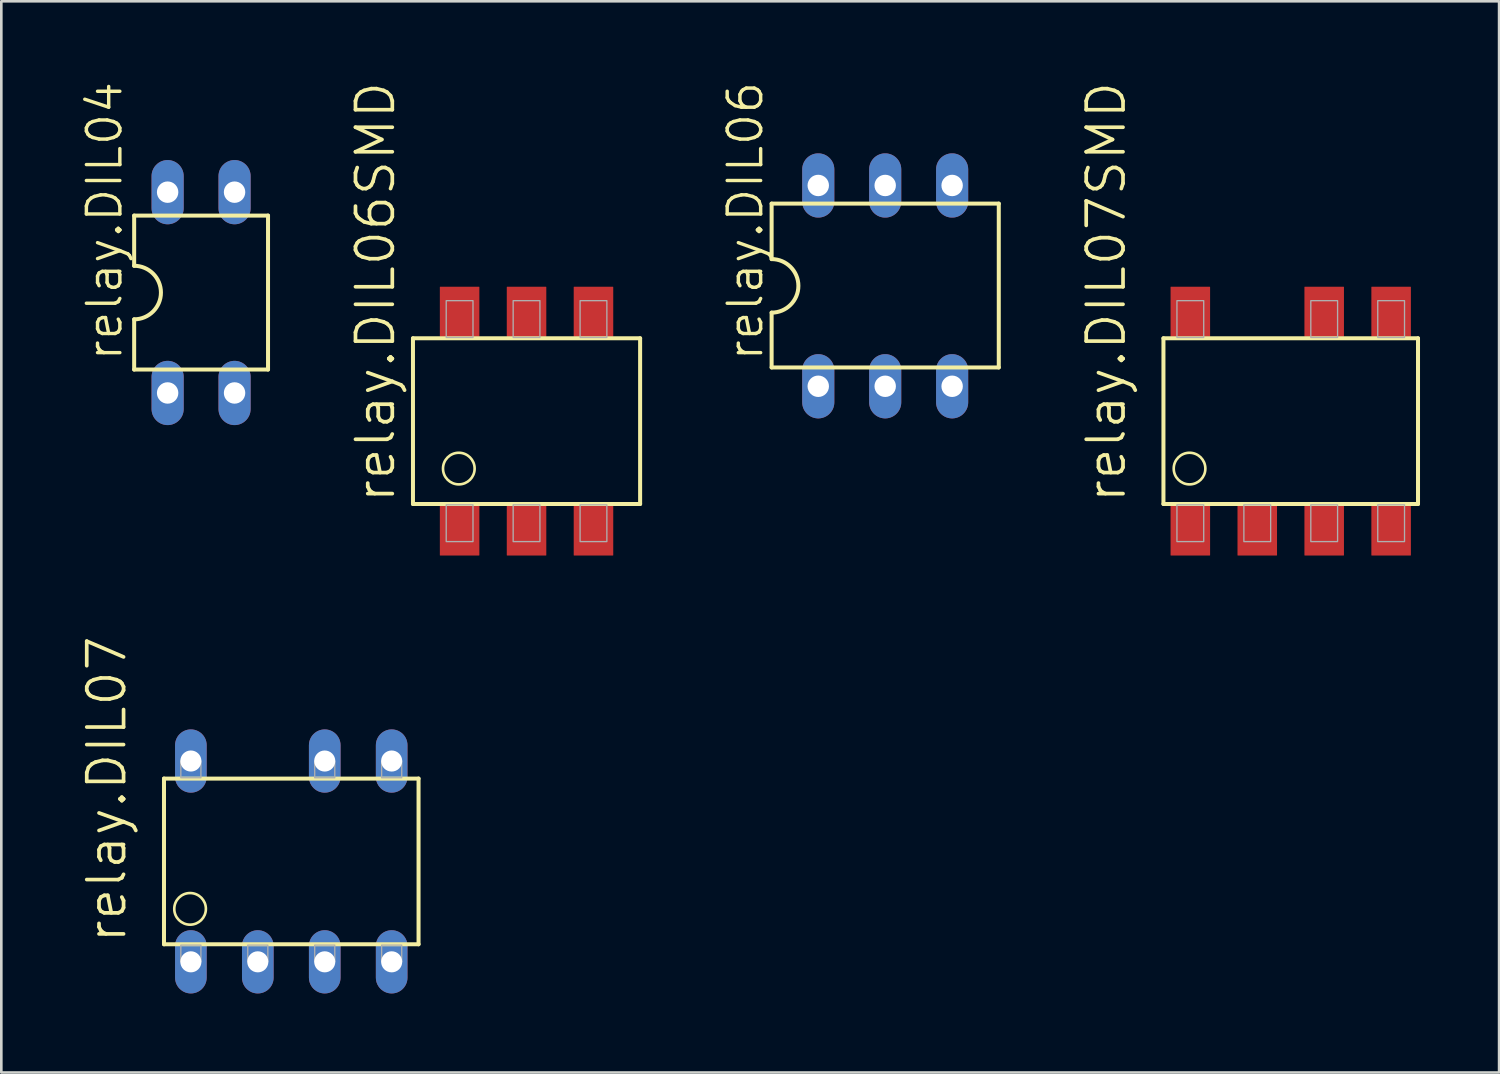
<source format=kicad_pcb>
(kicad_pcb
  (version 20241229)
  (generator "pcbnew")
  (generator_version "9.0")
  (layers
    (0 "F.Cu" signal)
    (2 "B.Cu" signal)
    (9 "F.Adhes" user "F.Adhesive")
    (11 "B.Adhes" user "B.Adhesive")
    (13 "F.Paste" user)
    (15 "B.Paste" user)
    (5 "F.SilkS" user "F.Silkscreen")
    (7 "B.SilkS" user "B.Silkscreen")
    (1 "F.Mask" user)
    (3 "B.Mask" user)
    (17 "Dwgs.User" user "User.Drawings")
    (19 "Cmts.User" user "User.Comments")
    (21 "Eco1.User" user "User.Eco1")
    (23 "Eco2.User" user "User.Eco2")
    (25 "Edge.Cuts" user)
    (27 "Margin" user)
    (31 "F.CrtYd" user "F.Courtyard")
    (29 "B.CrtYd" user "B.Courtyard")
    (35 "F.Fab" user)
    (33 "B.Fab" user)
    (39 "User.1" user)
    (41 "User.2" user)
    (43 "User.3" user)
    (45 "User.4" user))
  (footprint "relay.DIL06"
    (layer "F.Cu")
    (at 30.541 7.798)
    (property "Reference" "relay.DIL06" (at -4.564 2.921 90) (layer "F.SilkS") (effects (font (size 1.27 1.27) (thickness 0.13)) (justify left bottom)))
    (attr through_hole)
    (fp_line (start -4.31 -3.121) (end -4.31 -1.016) (stroke (width 0.152) (type default)) (layer "F.SilkS"))
    (fp_line (start -4.31 3.096) (end -4.31 1.016) (stroke (width 0.152) (type default)) (layer "F.SilkS"))
    (fp_line (start -4.31 3.096) (end 4.31 3.096) (stroke (width 0.152) (type default)) (layer "F.SilkS"))
    (fp_line (start 4.31 -3.121) (end -4.31 -3.121) (stroke (width 0.152) (type default)) (layer "F.SilkS"))
    (fp_line (start 4.31 -3.121) (end 4.31 3.096) (stroke (width 0.152) (type default)) (layer "F.SilkS"))
    (fp_arc (start -4.31 -1.016) (mid -3.294 0) (end -4.31 1.016) (stroke (width 0.1524) (type default)) (layer "F.SilkS"))
    (pad "1" thru_hole oval (at -2.54 3.81 90) (size 2.438 1.219) (drill 0.813) (layers "*.Cu" "*.Mask"))
    (pad "2" thru_hole oval (at 0 3.81 90) (size 2.438 1.219) (drill 0.813) (layers "*.Cu" "*.Mask"))
    (pad "3" thru_hole oval (at 2.54 3.81 90) (size 2.438 1.219) (drill 0.813) (layers "*.Cu" "*.Mask"))
    (pad "4" thru_hole oval (at 2.54 -3.81 90) (size 2.438 1.219) (drill 0.813) (layers "*.Cu" "*.Mask"))
    (pad "5" thru_hole oval (at 0 -3.81 90) (size 2.438 1.219) (drill 0.813) (layers "*.Cu" "*.Mask"))
    (pad "6" thru_hole oval (at -2.54 -3.81 90) (size 2.438 1.219) (drill 0.813) (layers "*.Cu" "*.Mask")))
  (footprint "relay.DIL07SMD"
    (layer "F.Cu")
    (at 45.93 12.931)
    (property "Reference" "relay.DIL07SMD" (at -6.186 3.175 90) (layer "F.SilkS") (effects (font (size 1.397 1.397) (thickness 0.14)) (justify left bottom)))
    (attr smd)
    (fp_line (start -4.83 -3.144) (end -4.83 3.144) (stroke (width 0.152) (type default)) (layer "F.SilkS"))
    (fp_line (start -4.83 3.144) (end 4.83 3.144) (stroke (width 0.152) (type default)) (layer "F.SilkS"))
    (fp_line (start 4.83 -3.144) (end -4.83 -3.144) (stroke (width 0.152) (type default)) (layer "F.SilkS"))
    (fp_line (start 4.83 3.144) (end 4.83 -3.144) (stroke (width 0.152) (type default)) (layer "F.SilkS"))
    (fp_circle (center -3.84 1.8) (end -3.24 1.8) (stroke (width 0.1) (type default)) (fill no) (layer "F.SilkS"))
    (fp_rect (start -4.318 -3.175) (end -3.302 -4.572) (stroke (width 0.05) (type default)) (fill no) (layer "F.Fab"))
    (fp_rect (start -4.318 4.572) (end -3.302 3.175) (stroke (width 0.05) (type default)) (fill no) (layer "F.Fab"))
    (fp_rect (start -1.778 4.572) (end -0.762 3.175) (stroke (width 0.05) (type default)) (fill no) (layer "F.Fab"))
    (fp_rect (start 0.762 -3.175) (end 1.778 -4.572) (stroke (width 0.05) (type default)) (fill no) (layer "F.Fab"))
    (fp_rect (start 0.762 4.572) (end 1.778 3.175) (stroke (width 0.05) (type default)) (fill no) (layer "F.Fab"))
    (fp_rect (start 3.302 -3.175) (end 4.318 -4.572) (stroke (width 0.05) (type default)) (fill no) (layer "F.Fab"))
    (fp_rect (start 3.302 4.572) (end 4.318 3.175) (stroke (width 0.05) (type default)) (fill no) (layer "F.Fab"))
    (pad "1" smd roundrect (at -3.81 4.15) (size 1.5 1.9) (layers "F.Cu" "F.Mask" "F.Paste") (roundrect_rratio 0.01))
    (pad "2" smd roundrect (at -1.27 4.15) (size 1.5 1.9) (layers "F.Cu" "F.Mask" "F.Paste") (roundrect_rratio 0.01))
    (pad "3" smd roundrect (at 1.27 4.15) (size 1.5 1.9) (layers "F.Cu" "F.Mask" "F.Paste") (roundrect_rratio 0.01))
    (pad "4" smd roundrect (at 3.81 4.15) (size 1.5 1.9) (layers "F.Cu" "F.Mask" "F.Paste") (roundrect_rratio 0.01))
    (pad "5" smd roundrect (at 3.81 -4.15) (size 1.5 1.9) (layers "F.Cu" "F.Mask" "F.Paste") (roundrect_rratio 0.01))
    (pad "6" smd roundrect (at 1.27 -4.15) (size 1.5 1.9) (layers "F.Cu" "F.Mask" "F.Paste") (roundrect_rratio 0.01))
    (pad "8" smd roundrect (at -3.81 -4.15) (size 1.5 1.9) (layers "F.Cu" "F.Mask" "F.Paste") (roundrect_rratio 0.01)))
  (footprint "relay.DIL06SMD"
    (layer "F.Cu")
    (at 16.931 12.931)
    (property "Reference" "relay.DIL06SMD" (at -4.916 3.175 90) (layer "F.SilkS") (effects (font (size 1.397 1.397) (thickness 0.14)) (justify left bottom)))
    (attr smd)
    (fp_line (start -4.31 -3.144) (end -4.31 3.144) (stroke (width 0.152) (type default)) (layer "F.SilkS"))
    (fp_line (start -4.31 3.144) (end 4.31 3.144) (stroke (width 0.152) (type default)) (layer "F.SilkS"))
    (fp_line (start 4.31 -3.144) (end -4.31 -3.144) (stroke (width 0.152) (type default)) (layer "F.SilkS"))
    (fp_line (start 4.31 3.144) (end 4.31 -3.144) (stroke (width 0.152) (type default)) (layer "F.SilkS"))
    (fp_circle (center -2.57 1.8) (end -1.97 1.8) (stroke (width 0.1) (type default)) (fill no) (layer "F.SilkS"))
    (fp_rect (start -3.048 -3.175) (end -2.032 -4.572) (stroke (width 0.05) (type default)) (fill no) (layer "F.Fab"))
    (fp_rect (start -3.048 4.572) (end -2.032 3.175) (stroke (width 0.05) (type default)) (fill no) (layer "F.Fab"))
    (fp_rect (start -0.508 -3.175) (end 0.508 -4.572) (stroke (width 0.05) (type default)) (fill no) (layer "F.Fab"))
    (fp_rect (start -0.508 4.572) (end 0.508 3.175) (stroke (width 0.05) (type default)) (fill no) (layer "F.Fab"))
    (fp_rect (start 2.032 -3.175) (end 3.048 -4.572) (stroke (width 0.05) (type default)) (fill no) (layer "F.Fab"))
    (fp_rect (start 2.032 4.572) (end 3.048 3.175) (stroke (width 0.05) (type default)) (fill no) (layer "F.Fab"))
    (pad "1" smd roundrect (at -2.54 4.15) (size 1.5 1.9) (layers "F.Cu" "F.Mask" "F.Paste") (roundrect_rratio 0.01))
    (pad "2" smd roundrect (at 0 4.15) (size 1.5 1.9) (layers "F.Cu" "F.Mask" "F.Paste") (roundrect_rratio 0.01))
    (pad "3" smd roundrect (at 2.54 4.15) (size 1.5 1.9) (layers "F.Cu" "F.Mask" "F.Paste") (roundrect_rratio 0.01))
    (pad "4" smd roundrect (at 2.54 -4.15) (size 1.5 1.9) (layers "F.Cu" "F.Mask" "F.Paste") (roundrect_rratio 0.01))
    (pad "5" smd roundrect (at 0 -4.15) (size 1.5 1.9) (layers "F.Cu" "F.Mask" "F.Paste") (roundrect_rratio 0.01))
    (pad "6" smd roundrect (at -2.54 -4.15) (size 1.5 1.9) (layers "F.Cu" "F.Mask" "F.Paste") (roundrect_rratio 0.01)))
  (footprint "relay.DIL07"
    (layer "F.Cu")
    (at 8.003 29.639)
    (property "Reference" "relay.DIL07" (at -6.186 3.175 90) (layer "F.SilkS") (effects (font (size 1.397 1.397) (thickness 0.14)) (justify left bottom)))
    (attr through_hole)
    (fp_line (start -4.83 -3.144) (end -4.83 3.144) (stroke (width 0.152) (type default)) (layer "F.SilkS"))
    (fp_line (start -4.83 3.144) (end 4.83 3.144) (stroke (width 0.152) (type default)) (layer "F.SilkS"))
    (fp_line (start 4.83 -3.144) (end -4.83 -3.144) (stroke (width 0.152) (type default)) (layer "F.SilkS"))
    (fp_line (start 4.83 3.144) (end 4.83 -3.144) (stroke (width 0.152) (type default)) (layer "F.SilkS"))
    (fp_circle (center -3.84 1.8) (end -3.24 1.8) (stroke (width 0.1) (type default)) (fill no) (layer "F.SilkS"))
    (fp_rect (start -4.191 -3.175) (end -3.429 -3.81) (stroke (width 0.05) (type default)) (fill no) (layer "F.Fab"))
    (fp_rect (start -4.191 3.81) (end -3.429 3.175) (stroke (width 0.05) (type default)) (fill no) (layer "F.Fab"))
    (fp_rect (start -1.651 3.81) (end -0.889 3.175) (stroke (width 0.05) (type default)) (fill no) (layer "F.Fab"))
    (fp_rect (start 0.889 -3.175) (end 1.651 -3.81) (stroke (width 0.05) (type default)) (fill no) (layer "F.Fab"))
    (fp_rect (start 0.889 3.81) (end 1.651 3.175) (stroke (width 0.05) (type default)) (fill no) (layer "F.Fab"))
    (fp_rect (start 3.429 -3.175) (end 4.191 -3.81) (stroke (width 0.05) (type default)) (fill no) (layer "F.Fab"))
    (fp_rect (start 3.429 3.81) (end 4.191 3.175) (stroke (width 0.05) (type default)) (fill no) (layer "F.Fab"))
    (pad "1" thru_hole oval (at -3.81 3.81 90) (size 2.4 1.2) (drill 0.8) (layers "*.Cu" "*.Mask"))
    (pad "2" thru_hole oval (at -1.27 3.81 90) (size 2.4 1.2) (drill 0.8) (layers "*.Cu" "*.Mask"))
    (pad "3" thru_hole oval (at 1.27 3.81 90) (size 2.4 1.2) (drill 0.8) (layers "*.Cu" "*.Mask"))
    (pad "4" thru_hole oval (at 3.81 3.81 90) (size 2.4 1.2) (drill 0.8) (layers "*.Cu" "*.Mask"))
    (pad "5" thru_hole oval (at 3.81 -3.81 90) (size 2.4 1.2) (drill 0.8) (layers "*.Cu" "*.Mask"))
    (pad "6" thru_hole oval (at 1.27 -3.81 90) (size 2.4 1.2) (drill 0.8) (layers "*.Cu" "*.Mask"))
    (pad "8" thru_hole oval (at -3.81 -3.81 90) (size 2.4 1.2) (drill 0.8) (layers "*.Cu" "*.Mask")))
  (footprint "relay.DIL04"
    (layer "F.Cu")
    (at 4.581 8.052)
    (property "Reference" "relay.DIL04" (at -2.921 2.667 90) (layer "F.SilkS") (effects (font (size 1.27 1.27) (thickness 0.13)) (justify left bottom)))
    (attr through_hole)
    (fp_line (start -2.54 -2.921) (end -2.54 -1.016) (stroke (width 0.152) (type default)) (layer "F.SilkS"))
    (fp_line (start -2.54 2.921) (end -2.54 1.016) (stroke (width 0.152) (type default)) (layer "F.SilkS"))
    (fp_line (start -2.54 2.921) (end 2.54 2.921) (stroke (width 0.152) (type default)) (layer "F.SilkS"))
    (fp_line (start 2.54 -2.921) (end -2.54 -2.921) (stroke (width 0.152) (type default)) (layer "F.SilkS"))
    (fp_line (start 2.54 -2.921) (end 2.54 2.921) (stroke (width 0.152) (type default)) (layer "F.SilkS"))
    (fp_arc (start -2.54 -1.016) (mid -1.524 0) (end -2.54 1.016) (stroke (width 0.1524) (type default)) (layer "F.SilkS"))
    (pad "1" thru_hole oval (at -1.27 3.81 90) (size 2.438 1.219) (drill 0.813) (layers "*.Cu" "*.Mask"))
    (pad "2" thru_hole oval (at 1.27 3.81 90) (size 2.438 1.219) (drill 0.813) (layers "*.Cu" "*.Mask"))
    (pad "3" thru_hole oval (at 1.27 -3.81 90) (size 2.438 1.219) (drill 0.813) (layers "*.Cu" "*.Mask"))
    (pad "4" thru_hole oval (at -1.27 -3.81 90) (size 2.438 1.219) (drill 0.813) (layers "*.Cu" "*.Mask")))
  (gr_rect
    (start -3 -3)
    (end 53.837 37.649)
    (stroke (width 0.1) (type default))
    (fill no)
    (layer "Edge.Cuts")))
</source>
